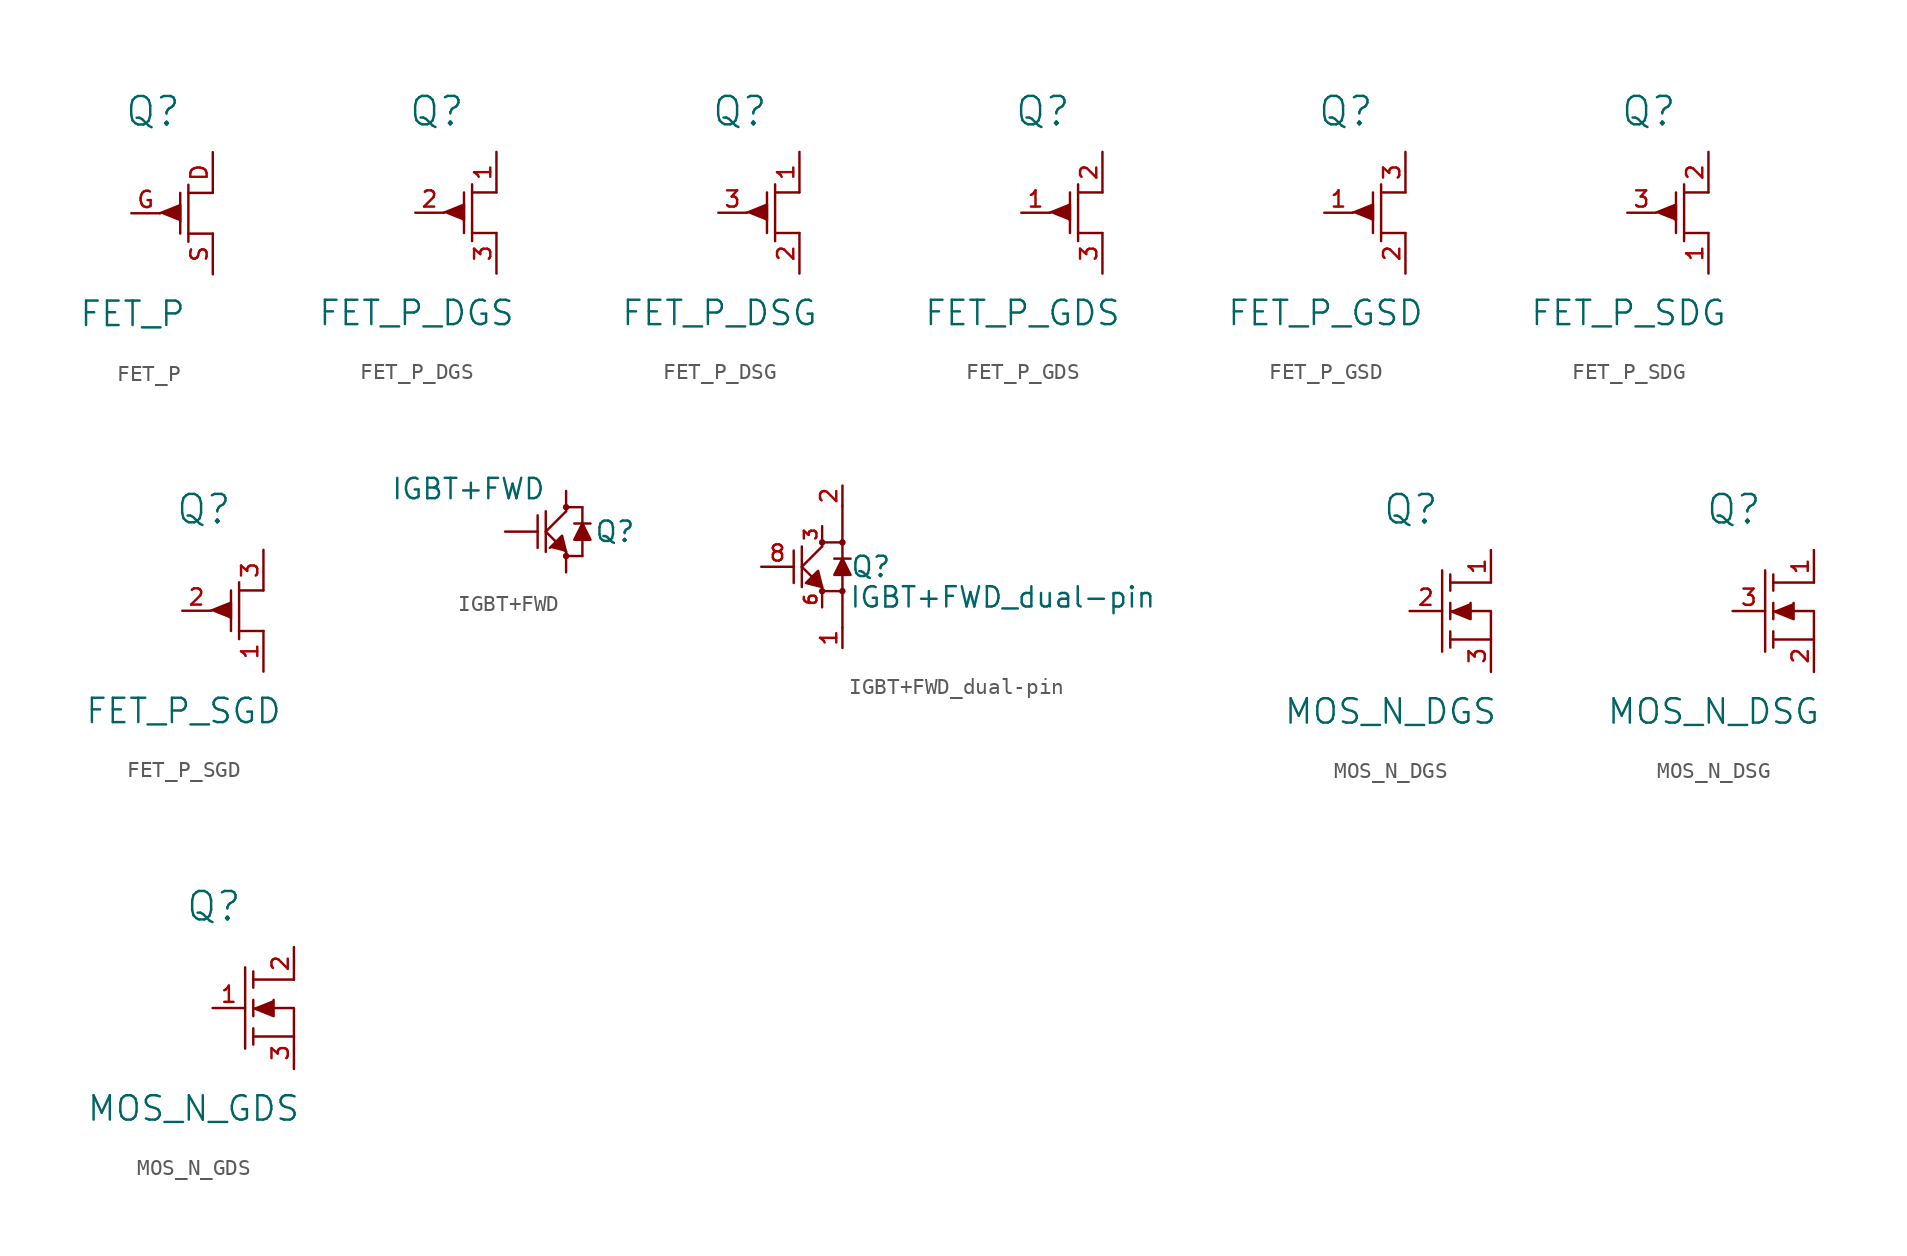
<source format=kicad_sym>
(kicad_symbol_lib
  (version 20220914)
  (generator kicad_symbol_editor)
  (symbol "FET_P"
    (pin_names
      (offset 0.762) hide)
    (property "Reference" "Q"
      (at -2.464 6.35 0)
      (effects (font (size 1.778 1.778))))
    (property "Value" "FET_P"
      (at -3.734 -6.274 0)
      (effects (font (size 1.524 1.524))))
    (property "Footprint" ""
      (at 0 0 0)
      (effects (font (size 1.524 1.524))))
    (property "Datasheet" ""
      (at 0 0 0)
      (effects (font (size 1.524 1.524))))
    (symbol "FET_P_0_0"
      (polyline (pts (xy -2.032 0) (xy -0.762 0.508) (xy -0.762 -0.508) (xy -0.762 -0.508)) (stroke (width 0) (type solid)) (fill (type outline))))
    (symbol "FET_P_0_1"
      (polyline (pts (xy -0.762 -1.27) (xy -0.762 1.27) (xy -0.762 1.27)) (stroke (width 0) (type solid)) (fill (type none)))
      (polyline (pts (xy -0.254 -1.27) (xy 1.27 -1.27) (xy 1.27 -1.27)) (stroke (width 0) (type solid)) (fill (type outline)))
      (polyline (pts (xy -0.254 1.27) (xy 1.27 1.27) (xy 1.27 1.27)) (stroke (width 0) (type solid)) (fill (type outline)))
      (polyline (pts (xy -0.254 1.778) (xy -0.254 -1.778) (xy -0.254 -1.778)) (stroke (width 0) (type solid)) (fill (type outline))))
    (symbol "FET_P_1_1"
      (pin passive line (at 1.27 3.81 270) (length 2.54) (name "D" (effects (font (size 1.016 1.016)))) (number "D" (effects (font (size 1.016 1.016)))))
      (pin input line (at -3.81 0 0) (length 1.778) (name "G" (effects (font (size 1.016 1.016)))) (number "G" (effects (font (size 1.016 1.016)))))
      (pin passive line (at 1.27 -3.81 90) (length 2.54) (name "S" (effects (font (size 1.016 1.016)))) (number "S" (effects (font (size 1.016 1.016)))))))
  (symbol "FET_P_DGS"
    (pin_names
      (offset 0.762) hide)
    (property "Reference" "Q"
      (at -2.464 6.35 0)
      (effects (font (size 1.778 1.778))))
    (property "Value" "FET_P_DGS"
      (at -3.734 -6.274 0)
      (effects (font (size 1.524 1.524))))
    (property "Footprint" ""
      (at 0 0 0)
      (effects (font (size 1.524 1.524))))
    (property "Datasheet" ""
      (at 0 0 0)
      (effects (font (size 1.524 1.524))))
    (symbol "FET_P_DGS_0_0"
      (polyline (pts (xy -2.032 0) (xy -0.762 0.508) (xy -0.762 -0.508) (xy -0.762 -0.508)) (stroke (width 0) (type solid)) (fill (type outline))))
    (symbol "FET_P_DGS_0_1"
      (polyline (pts (xy -0.762 -1.27) (xy -0.762 1.27) (xy -0.762 1.27)) (stroke (width 0) (type solid)) (fill (type none)))
      (polyline (pts (xy -0.254 -1.27) (xy 1.27 -1.27) (xy 1.27 -1.27)) (stroke (width 0) (type solid)) (fill (type outline)))
      (polyline (pts (xy -0.254 1.27) (xy 1.27 1.27) (xy 1.27 1.27)) (stroke (width 0) (type solid)) (fill (type outline)))
      (polyline (pts (xy -0.254 1.778) (xy -0.254 -1.778) (xy -0.254 -1.778)) (stroke (width 0) (type solid)) (fill (type outline))))
    (symbol "FET_P_DGS_1_1"
      (pin passive line (at 1.27 3.81 270) (length 2.54) (name "D" (effects (font (size 1.016 1.016)))) (number "1" (effects (font (size 1.016 1.016)))))
      (pin input line (at -3.81 0 0) (length 1.778) (name "G" (effects (font (size 1.016 1.016)))) (number "2" (effects (font (size 1.016 1.016)))))
      (pin passive line (at 1.27 -3.81 90) (length 2.54) (name "S" (effects (font (size 1.016 1.016)))) (number "3" (effects (font (size 1.016 1.016)))))))
  (symbol "FET_P_DSG"
    (pin_names
      (offset 0.762) hide)
    (property "Reference" "Q"
      (at -2.464 6.35 0)
      (effects (font (size 1.778 1.778))))
    (property "Value" "FET_P_DSG"
      (at -3.734 -6.274 0)
      (effects (font (size 1.524 1.524))))
    (property "Footprint" ""
      (at 0 0 0)
      (effects (font (size 1.524 1.524))))
    (property "Datasheet" ""
      (at 0 0 0)
      (effects (font (size 1.524 1.524))))
    (symbol "FET_P_DSG_0_0"
      (polyline (pts (xy -2.032 0) (xy -0.762 0.508) (xy -0.762 -0.508) (xy -0.762 -0.508)) (stroke (width 0) (type solid)) (fill (type outline))))
    (symbol "FET_P_DSG_0_1"
      (polyline (pts (xy -0.762 -1.27) (xy -0.762 1.27) (xy -0.762 1.27)) (stroke (width 0) (type solid)) (fill (type none)))
      (polyline (pts (xy -0.254 -1.27) (xy 1.27 -1.27) (xy 1.27 -1.27)) (stroke (width 0) (type solid)) (fill (type outline)))
      (polyline (pts (xy -0.254 1.27) (xy 1.27 1.27) (xy 1.27 1.27)) (stroke (width 0) (type solid)) (fill (type outline)))
      (polyline (pts (xy -0.254 1.778) (xy -0.254 -1.778) (xy -0.254 -1.778)) (stroke (width 0) (type solid)) (fill (type outline))))
    (symbol "FET_P_DSG_1_1"
      (pin passive line (at 1.27 3.81 270) (length 2.54) (name "D" (effects (font (size 1.016 1.016)))) (number "1" (effects (font (size 1.016 1.016)))))
      (pin passive line (at 1.27 -3.81 90) (length 2.54) (name "S" (effects (font (size 1.016 1.016)))) (number "2" (effects (font (size 1.016 1.016)))))
      (pin input line (at -3.81 0 0) (length 1.778) (name "G" (effects (font (size 1.016 1.016)))) (number "3" (effects (font (size 1.016 1.016)))))))
  (symbol "FET_P_GDS"
    (pin_names
      (offset 0.762) hide)
    (property "Reference" "Q"
      (at -2.464 6.35 0)
      (effects (font (size 1.778 1.778))))
    (property "Value" "FET_P_GDS"
      (at -3.734 -6.274 0)
      (effects (font (size 1.524 1.524))))
    (property "Footprint" ""
      (at 0 0 0)
      (effects (font (size 1.524 1.524))))
    (property "Datasheet" ""
      (at 0 0 0)
      (effects (font (size 1.524 1.524))))
    (symbol "FET_P_GDS_0_0"
      (polyline (pts (xy -2.032 0) (xy -0.762 0.508) (xy -0.762 -0.508) (xy -0.762 -0.508)) (stroke (width 0) (type solid)) (fill (type outline))))
    (symbol "FET_P_GDS_0_1"
      (polyline (pts (xy -0.762 -1.27) (xy -0.762 1.27) (xy -0.762 1.27)) (stroke (width 0) (type solid)) (fill (type none)))
      (polyline (pts (xy -0.254 -1.27) (xy 1.27 -1.27) (xy 1.27 -1.27)) (stroke (width 0) (type solid)) (fill (type outline)))
      (polyline (pts (xy -0.254 1.27) (xy 1.27 1.27) (xy 1.27 1.27)) (stroke (width 0) (type solid)) (fill (type outline)))
      (polyline (pts (xy -0.254 1.778) (xy -0.254 -1.778) (xy -0.254 -1.778)) (stroke (width 0) (type solid)) (fill (type outline))))
    (symbol "FET_P_GDS_1_1"
      (pin input line (at -3.81 0 0) (length 1.778) (name "G" (effects (font (size 1.016 1.016)))) (number "1" (effects (font (size 1.016 1.016)))))
      (pin passive line (at 1.27 3.81 270) (length 2.54) (name "D" (effects (font (size 1.016 1.016)))) (number "2" (effects (font (size 1.016 1.016)))))
      (pin passive line (at 1.27 -3.81 90) (length 2.54) (name "S" (effects (font (size 1.016 1.016)))) (number "3" (effects (font (size 1.016 1.016)))))))
  (symbol "FET_P_GSD"
    (pin_names
      (offset 0.762) hide)
    (property "Reference" "Q"
      (at -2.464 6.35 0)
      (effects (font (size 1.778 1.778))))
    (property "Value" "FET_P_GSD"
      (at -3.734 -6.274 0)
      (effects (font (size 1.524 1.524))))
    (property "Footprint" ""
      (at 0 0 0)
      (effects (font (size 1.524 1.524))))
    (property "Datasheet" ""
      (at 0 0 0)
      (effects (font (size 1.524 1.524))))
    (symbol "FET_P_GSD_0_0"
      (polyline (pts (xy -2.032 0) (xy -0.762 0.508) (xy -0.762 -0.508) (xy -0.762 -0.508)) (stroke (width 0) (type solid)) (fill (type outline))))
    (symbol "FET_P_GSD_0_1"
      (polyline (pts (xy -0.762 -1.27) (xy -0.762 1.27) (xy -0.762 1.27)) (stroke (width 0) (type solid)) (fill (type none)))
      (polyline (pts (xy -0.254 -1.27) (xy 1.27 -1.27) (xy 1.27 -1.27)) (stroke (width 0) (type solid)) (fill (type outline)))
      (polyline (pts (xy -0.254 1.27) (xy 1.27 1.27) (xy 1.27 1.27)) (stroke (width 0) (type solid)) (fill (type outline)))
      (polyline (pts (xy -0.254 1.778) (xy -0.254 -1.778) (xy -0.254 -1.778)) (stroke (width 0) (type solid)) (fill (type outline))))
    (symbol "FET_P_GSD_1_1"
      (pin input line (at -3.81 0 0) (length 1.778) (name "G" (effects (font (size 1.016 1.016)))) (number "1" (effects (font (size 1.016 1.016)))))
      (pin passive line (at 1.27 -3.81 90) (length 2.54) (name "S" (effects (font (size 1.016 1.016)))) (number "2" (effects (font (size 1.016 1.016)))))
      (pin passive line (at 1.27 3.81 270) (length 2.54) (name "D" (effects (font (size 1.016 1.016)))) (number "3" (effects (font (size 1.016 1.016)))))))
  (symbol "FET_P_SDG"
    (pin_names
      (offset 0.762) hide)
    (property "Reference" "Q"
      (at -2.464 6.35 0)
      (effects (font (size 1.778 1.778))))
    (property "Value" "FET_P_SDG"
      (at -3.734 -6.274 0)
      (effects (font (size 1.524 1.524))))
    (property "Footprint" ""
      (at 0 0 0)
      (effects (font (size 1.524 1.524))))
    (property "Datasheet" ""
      (at 0 0 0)
      (effects (font (size 1.524 1.524))))
    (symbol "FET_P_SDG_0_0"
      (polyline (pts (xy -2.032 0) (xy -0.762 0.508) (xy -0.762 -0.508) (xy -0.762 -0.508)) (stroke (width 0) (type solid)) (fill (type outline))))
    (symbol "FET_P_SDG_0_1"
      (polyline (pts (xy -0.762 -1.27) (xy -0.762 1.27) (xy -0.762 1.27)) (stroke (width 0) (type solid)) (fill (type none)))
      (polyline (pts (xy -0.254 -1.27) (xy 1.27 -1.27) (xy 1.27 -1.27)) (stroke (width 0) (type solid)) (fill (type outline)))
      (polyline (pts (xy -0.254 1.27) (xy 1.27 1.27) (xy 1.27 1.27)) (stroke (width 0) (type solid)) (fill (type outline)))
      (polyline (pts (xy -0.254 1.778) (xy -0.254 -1.778) (xy -0.254 -1.778)) (stroke (width 0) (type solid)) (fill (type outline))))
    (symbol "FET_P_SDG_1_1"
      (pin passive line (at 1.27 -3.81 90) (length 2.54) (name "S" (effects (font (size 1.016 1.016)))) (number "1" (effects (font (size 1.016 1.016)))))
      (pin passive line (at 1.27 3.81 270) (length 2.54) (name "D" (effects (font (size 1.016 1.016)))) (number "2" (effects (font (size 1.016 1.016)))))
      (pin input line (at -3.81 0 0) (length 1.778) (name "G" (effects (font (size 1.016 1.016)))) (number "3" (effects (font (size 1.016 1.016)))))))
  (symbol "FET_P_SGD"
    (pin_names
      (offset 0.762) hide)
    (property "Reference" "Q"
      (at -2.464 6.35 0)
      (effects (font (size 1.778 1.778))))
    (property "Value" "FET_P_SGD"
      (at -3.734 -6.274 0)
      (effects (font (size 1.524 1.524))))
    (property "Footprint" ""
      (at 0 0 0)
      (effects (font (size 1.524 1.524))))
    (property "Datasheet" ""
      (at 0 0 0)
      (effects (font (size 1.524 1.524))))
    (symbol "FET_P_SGD_0_0"
      (polyline (pts (xy -2.032 0) (xy -0.762 0.508) (xy -0.762 -0.508) (xy -0.762 -0.508)) (stroke (width 0) (type solid)) (fill (type outline))))
    (symbol "FET_P_SGD_0_1"
      (polyline (pts (xy -0.762 -1.27) (xy -0.762 1.27) (xy -0.762 1.27)) (stroke (width 0) (type solid)) (fill (type none)))
      (polyline (pts (xy -0.254 -1.27) (xy 1.27 -1.27) (xy 1.27 -1.27)) (stroke (width 0) (type solid)) (fill (type outline)))
      (polyline (pts (xy -0.254 1.27) (xy 1.27 1.27) (xy 1.27 1.27)) (stroke (width 0) (type solid)) (fill (type outline)))
      (polyline (pts (xy -0.254 1.778) (xy -0.254 -1.778) (xy -0.254 -1.778)) (stroke (width 0) (type solid)) (fill (type outline))))
    (symbol "FET_P_SGD_1_1"
      (pin passive line (at 1.27 -3.81 90) (length 2.54) (name "S" (effects (font (size 1.016 1.016)))) (number "1" (effects (font (size 1.016 1.016)))))
      (pin input line (at -3.81 0 0) (length 1.778) (name "G" (effects (font (size 1.016 1.016)))) (number "2" (effects (font (size 1.016 1.016)))))
      (pin passive line (at 1.27 3.81 270) (length 2.54) (name "D" (effects (font (size 1.016 1.016)))) (number "3" (effects (font (size 1.016 1.016)))))))
  (symbol "IGBT+FWD"
    (pin_numbers hide)
    (pin_names
      (offset 0) hide)
    (property "Reference" "Q"
      (at 4.318 0 0)
      (effects (font (size 1.27 1.27))))
    (property "Value" "IGBT+FWD"
      (at -4.826 2.667 0)
      (effects (font (size 1.27 1.27))))
    (property "Footprint" ""
      (at 0 0 0)
      (effects (font (size 1.524 1.524))))
    (property "Datasheet" ""
      (at 0 0 0)
      (effects (font (size 1.524 1.524))))
    (symbol "IGBT+FWD_0_1"
      (rectangle (start -0.508 1.016) (end -0.508 -1.016) (stroke (width 0) (type solid)) (fill (type none)))
      (polyline (pts (xy 1.778 0.508) (xy 2.794 0.508)) (stroke (width 0) (type solid)) (fill (type none)))
      (polyline (pts (xy 0 0) (xy 1.27 -1.27) (xy 1.27 -1.27)) (stroke (width 0) (type solid)) (fill (type outline)))
      (polyline (pts (xy 0 0) (xy 1.27 1.27) (xy 1.27 1.27)) (stroke (width 0) (type solid)) (fill (type outline)))
      (polyline (pts (xy 0 1.27) (xy 0 -1.27) (xy 0 -1.27)) (stroke (width 0) (type solid)) (fill (type outline)))
      (polyline (pts (xy 1.27 -1.27) (xy 1.016 -0.254) (xy 0.254 -1.016) (xy 0.254 -1.016)) (stroke (width 0) (type solid)) (fill (type outline)))
      (polyline (pts (xy 2.286 0.508) (xy 1.778 -0.508) (xy 2.794 -0.508) (xy 2.286 0.508)) (stroke (width 0) (type solid)) (fill (type outline)))
      (circle (center 1.27 -1.524) (radius 0.127) (stroke (width 0) (type solid)) (fill (type none)))
      (rectangle (start 1.27 -1.524) (end 2.286 -1.524) (stroke (width 0) (type solid)) (fill (type none)))
      (circle (center 1.27 1.524) (radius 0.127) (stroke (width 0) (type solid)) (fill (type none)))
      (rectangle (start 1.27 1.524) (end 2.286 1.524) (stroke (width 0) (type solid)) (fill (type none)))
      (rectangle (start 2.286 -1.524) (end 2.286 1.524) (stroke (width 0) (type solid)) (fill (type none))))
    (symbol "IGBT+FWD_1_1"
      (pin input line (at -2.54 0 0) (length 2.032) (name "B" (effects (font (size 1.016 1.016)))) (number "B" (effects (font (size 1.016 1.016)))))
      (pin passive line (at 1.27 2.54 270) (length 1.27) (name "C" (effects (font (size 1.016 1.016)))) (number "C" (effects (font (size 1.016 1.016)))))
      (pin passive line (at 1.27 -2.54 90) (length 1.27) (name "E" (effects (font (size 1.016 1.016)))) (number "E" (effects (font (size 1.016 1.016)))))))
  (symbol "IGBT+FWD_dual-pin"
    (pin_names
      (offset 0) hide)
    (property "Reference" "Q"
      (at 4.318 0 0)
      (effects (font (size 1.27 1.27))))
    (property "Value" "IGBT+FWD_dual-pin"
      (at 12.573 -1.905 0)
      (effects (font (size 1.27 1.27))))
    (property "Footprint" ""
      (at 0 0 0)
      (effects (font (size 1.524 1.524))))
    (property "Datasheet" ""
      (at 0 0 0)
      (effects (font (size 1.524 1.524))))
    (symbol "IGBT+FWD_dual-pin_0_1"
      (rectangle (start -0.508 1.016) (end -0.508 -1.016) (stroke (width 0) (type solid)) (fill (type none)))
      (polyline (pts (xy 1.27 -1.27) (xy 1.27 -1.524)) (stroke (width 0) (type solid)) (fill (type none)))
      (polyline (pts (xy 1.27 1.524) (xy 1.27 1.27)) (stroke (width 0) (type solid)) (fill (type none)))
      (polyline (pts (xy 1.27 1.524) (xy 2.54 1.524)) (stroke (width 0) (type solid)) (fill (type none)))
      (polyline (pts (xy 2.032 0.508) (xy 3.048 0.508)) (stroke (width 0) (type solid)) (fill (type none)))
      (polyline (pts (xy 2.54 -3.81) (xy 2.54 -1.524)) (stroke (width 0) (type solid)) (fill (type none)))
      (polyline (pts (xy 2.54 -1.524) (xy 1.27 -1.524)) (stroke (width 0) (type solid)) (fill (type none)))
      (polyline (pts (xy 2.54 1.524) (xy 2.54 -1.524)) (stroke (width 0) (type solid)) (fill (type none)))
      (polyline (pts (xy 2.54 3.81) (xy 2.54 1.524)) (stroke (width 0) (type solid)) (fill (type none)))
      (polyline (pts (xy 0 0) (xy 1.27 -1.27) (xy 1.27 -1.27)) (stroke (width 0) (type solid)) (fill (type outline)))
      (polyline (pts (xy 0 0) (xy 1.27 1.27) (xy 1.27 1.27)) (stroke (width 0) (type solid)) (fill (type outline)))
      (polyline (pts (xy 0 1.27) (xy 0 -1.27) (xy 0 -1.27)) (stroke (width 0) (type solid)) (fill (type outline)))
      (polyline (pts (xy 0.254 -1.016) (xy 1.016 -0.254) (xy 1.27 -1.27) (xy 0.254 -1.016)) (stroke (width 0) (type solid)) (fill (type outline)))
      (polyline (pts (xy 2.54 0.508) (xy 2.032 -0.508) (xy 3.048 -0.508) (xy 2.54 0.508)) (stroke (width 0) (type solid)) (fill (type outline)))
      (circle (center 1.27 -1.524) (radius 0.127) (stroke (width 0) (type solid)) (fill (type none)))
      (circle (center 1.27 1.524) (radius 0.127) (stroke (width 0) (type solid)) (fill (type none)))
      (circle (center 2.54 -1.524) (radius 0.127) (stroke (width 0) (type solid)) (fill (type none)))
      (circle (center 2.54 1.524) (radius 0.127) (stroke (width 0) (type solid)) (fill (type none))))
    (symbol "IGBT+FWD_dual-pin_1_1"
      (pin passive line (at 2.54 -5.08 90) (length 1.27) (name "E" (effects (font (size 1.016 1.016)))) (number "1" (effects (font (size 1.016 1.016)))))
      (pin passive line (at 2.54 5.08 270) (length 1.27) (name "C" (effects (font (size 1.016 1.016)))) (number "2" (effects (font (size 1.016 1.016)))))
      (pin passive line (at 1.27 2.54 270) (length 1.016) (name "C" (effects (font (size 1.016 1.016)))) (number "3" (effects (font (size 0.787 0.787)))))
      (pin passive line (at 1.27 -2.54 90) (length 1.016) (name "E" (effects (font (size 1.016 1.016)))) (number "6" (effects (font (size 0.787 0.787)))))
      (pin input line (at -2.54 0 0) (length 2.032) (name "B" (effects (font (size 1.016 1.016)))) (number "8" (effects (font (size 1.016 1.016)))))))
  (symbol "MOS_N_DGS"
    (pin_names
      (offset 0.762) hide)
    (property "Reference" "Q"
      (at -2.464 6.35 0)
      (effects (font (size 1.778 1.778))))
    (property "Value" "MOS_N_DGS"
      (at -3.734 -6.274 0)
      (effects (font (size 1.524 1.524))))
    (property "Footprint" ""
      (at 0 0 0)
      (effects (font (size 1.524 1.524))))
    (property "Datasheet" ""
      (at 0 0 0)
      (effects (font (size 1.524 1.524))))
    (symbol "MOS_N_DGS_0_1"
      (polyline (pts (xy -0.508 2.54) (xy -0.508 -2.54) (xy -0.508 -2.54)) (stroke (width 0) (type solid)) (fill (type outline)))
      (polyline (pts (xy 0 -2.286) (xy 0 -1.27) (xy 0 -1.27)) (stroke (width 0) (type solid)) (fill (type outline)))
      (polyline (pts (xy 0 -0.508) (xy 0 0.508) (xy 0 0.508)) (stroke (width 0) (type solid)) (fill (type outline)))
      (polyline (pts (xy 0 1.27) (xy 0 2.286) (xy 0 2.286)) (stroke (width 0) (type solid)) (fill (type outline)))
      (polyline (pts (xy 0 1.778) (xy 2.54 1.778) (xy 2.54 1.778)) (stroke (width 0) (type solid)) (fill (type none)))
      (polyline (pts (xy 1.27 0.508) (xy 1.27 -0.508) (xy 0 0) (xy 0 0)) (stroke (width 0) (type solid)) (fill (type outline)))
      (polyline (pts (xy 0 -1.778) (xy 2.54 -1.778) (xy 2.54 0) (xy 1.27 0) (xy 1.27 0)) (stroke (width 0) (type solid)) (fill (type none))))
    (symbol "MOS_N_DGS_1_1"
      (pin passive line (at 2.54 3.81 270) (length 2.032) (name "D" (effects (font (size 1.016 1.016)))) (number "1" (effects (font (size 1.016 1.016)))))
      (pin input line (at -2.54 0 0) (length 2.032) (name "G" (effects (font (size 1.016 1.016)))) (number "2" (effects (font (size 1.016 1.016)))))
      (pin passive line (at 2.54 -3.81 90) (length 2.032) (name "S" (effects (font (size 1.016 1.016)))) (number "3" (effects (font (size 1.016 1.016)))))))
  (symbol "MOS_N_DSG"
    (pin_names
      (offset 0.762) hide)
    (property "Reference" "Q"
      (at -2.464 6.35 0)
      (effects (font (size 1.778 1.778))))
    (property "Value" "MOS_N_DSG"
      (at -3.734 -6.274 0)
      (effects (font (size 1.524 1.524))))
    (property "Footprint" ""
      (at 0 0 0)
      (effects (font (size 1.524 1.524))))
    (property "Datasheet" ""
      (at 0 0 0)
      (effects (font (size 1.524 1.524))))
    (symbol "MOS_N_DSG_0_1"
      (polyline (pts (xy -0.508 2.54) (xy -0.508 -2.54) (xy -0.508 -2.54)) (stroke (width 0) (type solid)) (fill (type outline)))
      (polyline (pts (xy 0 -2.286) (xy 0 -1.27) (xy 0 -1.27)) (stroke (width 0) (type solid)) (fill (type outline)))
      (polyline (pts (xy 0 -0.508) (xy 0 0.508) (xy 0 0.508)) (stroke (width 0) (type solid)) (fill (type outline)))
      (polyline (pts (xy 0 1.27) (xy 0 2.286) (xy 0 2.286)) (stroke (width 0) (type solid)) (fill (type outline)))
      (polyline (pts (xy 0 1.778) (xy 2.54 1.778) (xy 2.54 1.778)) (stroke (width 0) (type solid)) (fill (type none)))
      (polyline (pts (xy 1.27 0.508) (xy 1.27 -0.508) (xy 0 0) (xy 0 0)) (stroke (width 0) (type solid)) (fill (type outline)))
      (polyline (pts (xy 0 -1.778) (xy 2.54 -1.778) (xy 2.54 0) (xy 1.27 0) (xy 1.27 0)) (stroke (width 0) (type solid)) (fill (type none))))
    (symbol "MOS_N_DSG_1_1"
      (pin passive line (at 2.54 3.81 270) (length 2.032) (name "D" (effects (font (size 1.016 1.016)))) (number "1" (effects (font (size 1.016 1.016)))))
      (pin passive line (at 2.54 -3.81 90) (length 2.032) (name "S" (effects (font (size 1.016 1.016)))) (number "2" (effects (font (size 1.016 1.016)))))
      (pin input line (at -2.54 0 0) (length 2.032) (name "G" (effects (font (size 1.016 1.016)))) (number "3" (effects (font (size 1.016 1.016)))))))
  (symbol "MOS_N_GDS"
    (pin_names
      (offset 0.762) hide)
    (property "Reference" "Q"
      (at -2.464 6.35 0)
      (effects (font (size 1.778 1.778))))
    (property "Value" "MOS_N_GDS"
      (at -3.734 -6.274 0)
      (effects (font (size 1.524 1.524))))
    (property "Footprint" ""
      (at 0 0 0)
      (effects (font (size 1.524 1.524))))
    (property "Datasheet" ""
      (at 0 0 0)
      (effects (font (size 1.524 1.524))))
    (symbol "MOS_N_GDS_0_1"
      (polyline (pts (xy -0.508 2.54) (xy -0.508 -2.54) (xy -0.508 -2.54)) (stroke (width 0) (type solid)) (fill (type outline)))
      (polyline (pts (xy 0 -2.286) (xy 0 -1.27) (xy 0 -1.27)) (stroke (width 0) (type solid)) (fill (type outline)))
      (polyline (pts (xy 0 -0.508) (xy 0 0.508) (xy 0 0.508)) (stroke (width 0) (type solid)) (fill (type outline)))
      (polyline (pts (xy 0 1.27) (xy 0 2.286) (xy 0 2.286)) (stroke (width 0) (type solid)) (fill (type outline)))
      (polyline (pts (xy 0 1.778) (xy 2.54 1.778) (xy 2.54 1.778)) (stroke (width 0) (type solid)) (fill (type none)))
      (polyline (pts (xy 1.27 0.508) (xy 1.27 -0.508) (xy 0 0) (xy 0 0)) (stroke (width 0) (type solid)) (fill (type outline)))
      (polyline (pts (xy 0 -1.778) (xy 2.54 -1.778) (xy 2.54 0) (xy 1.27 0) (xy 1.27 0)) (stroke (width 0) (type solid)) (fill (type none))))
    (symbol "MOS_N_GDS_1_1"
      (pin input line (at -2.54 0 0) (length 2.032) (name "G" (effects (font (size 1.016 1.016)))) (number "1" (effects (font (size 1.016 1.016)))))
      (pin passive line (at 2.54 3.81 270) (length 2.032) (name "D" (effects (font (size 1.016 1.016)))) (number "2" (effects (font (size 1.016 1.016)))))
      (pin passive line (at 2.54 -3.81 90) (length 2.032) (name "S" (effects (font (size 1.016 1.016)))) (number "3" (effects (font (size 1.016 1.016))))))))
</source>
